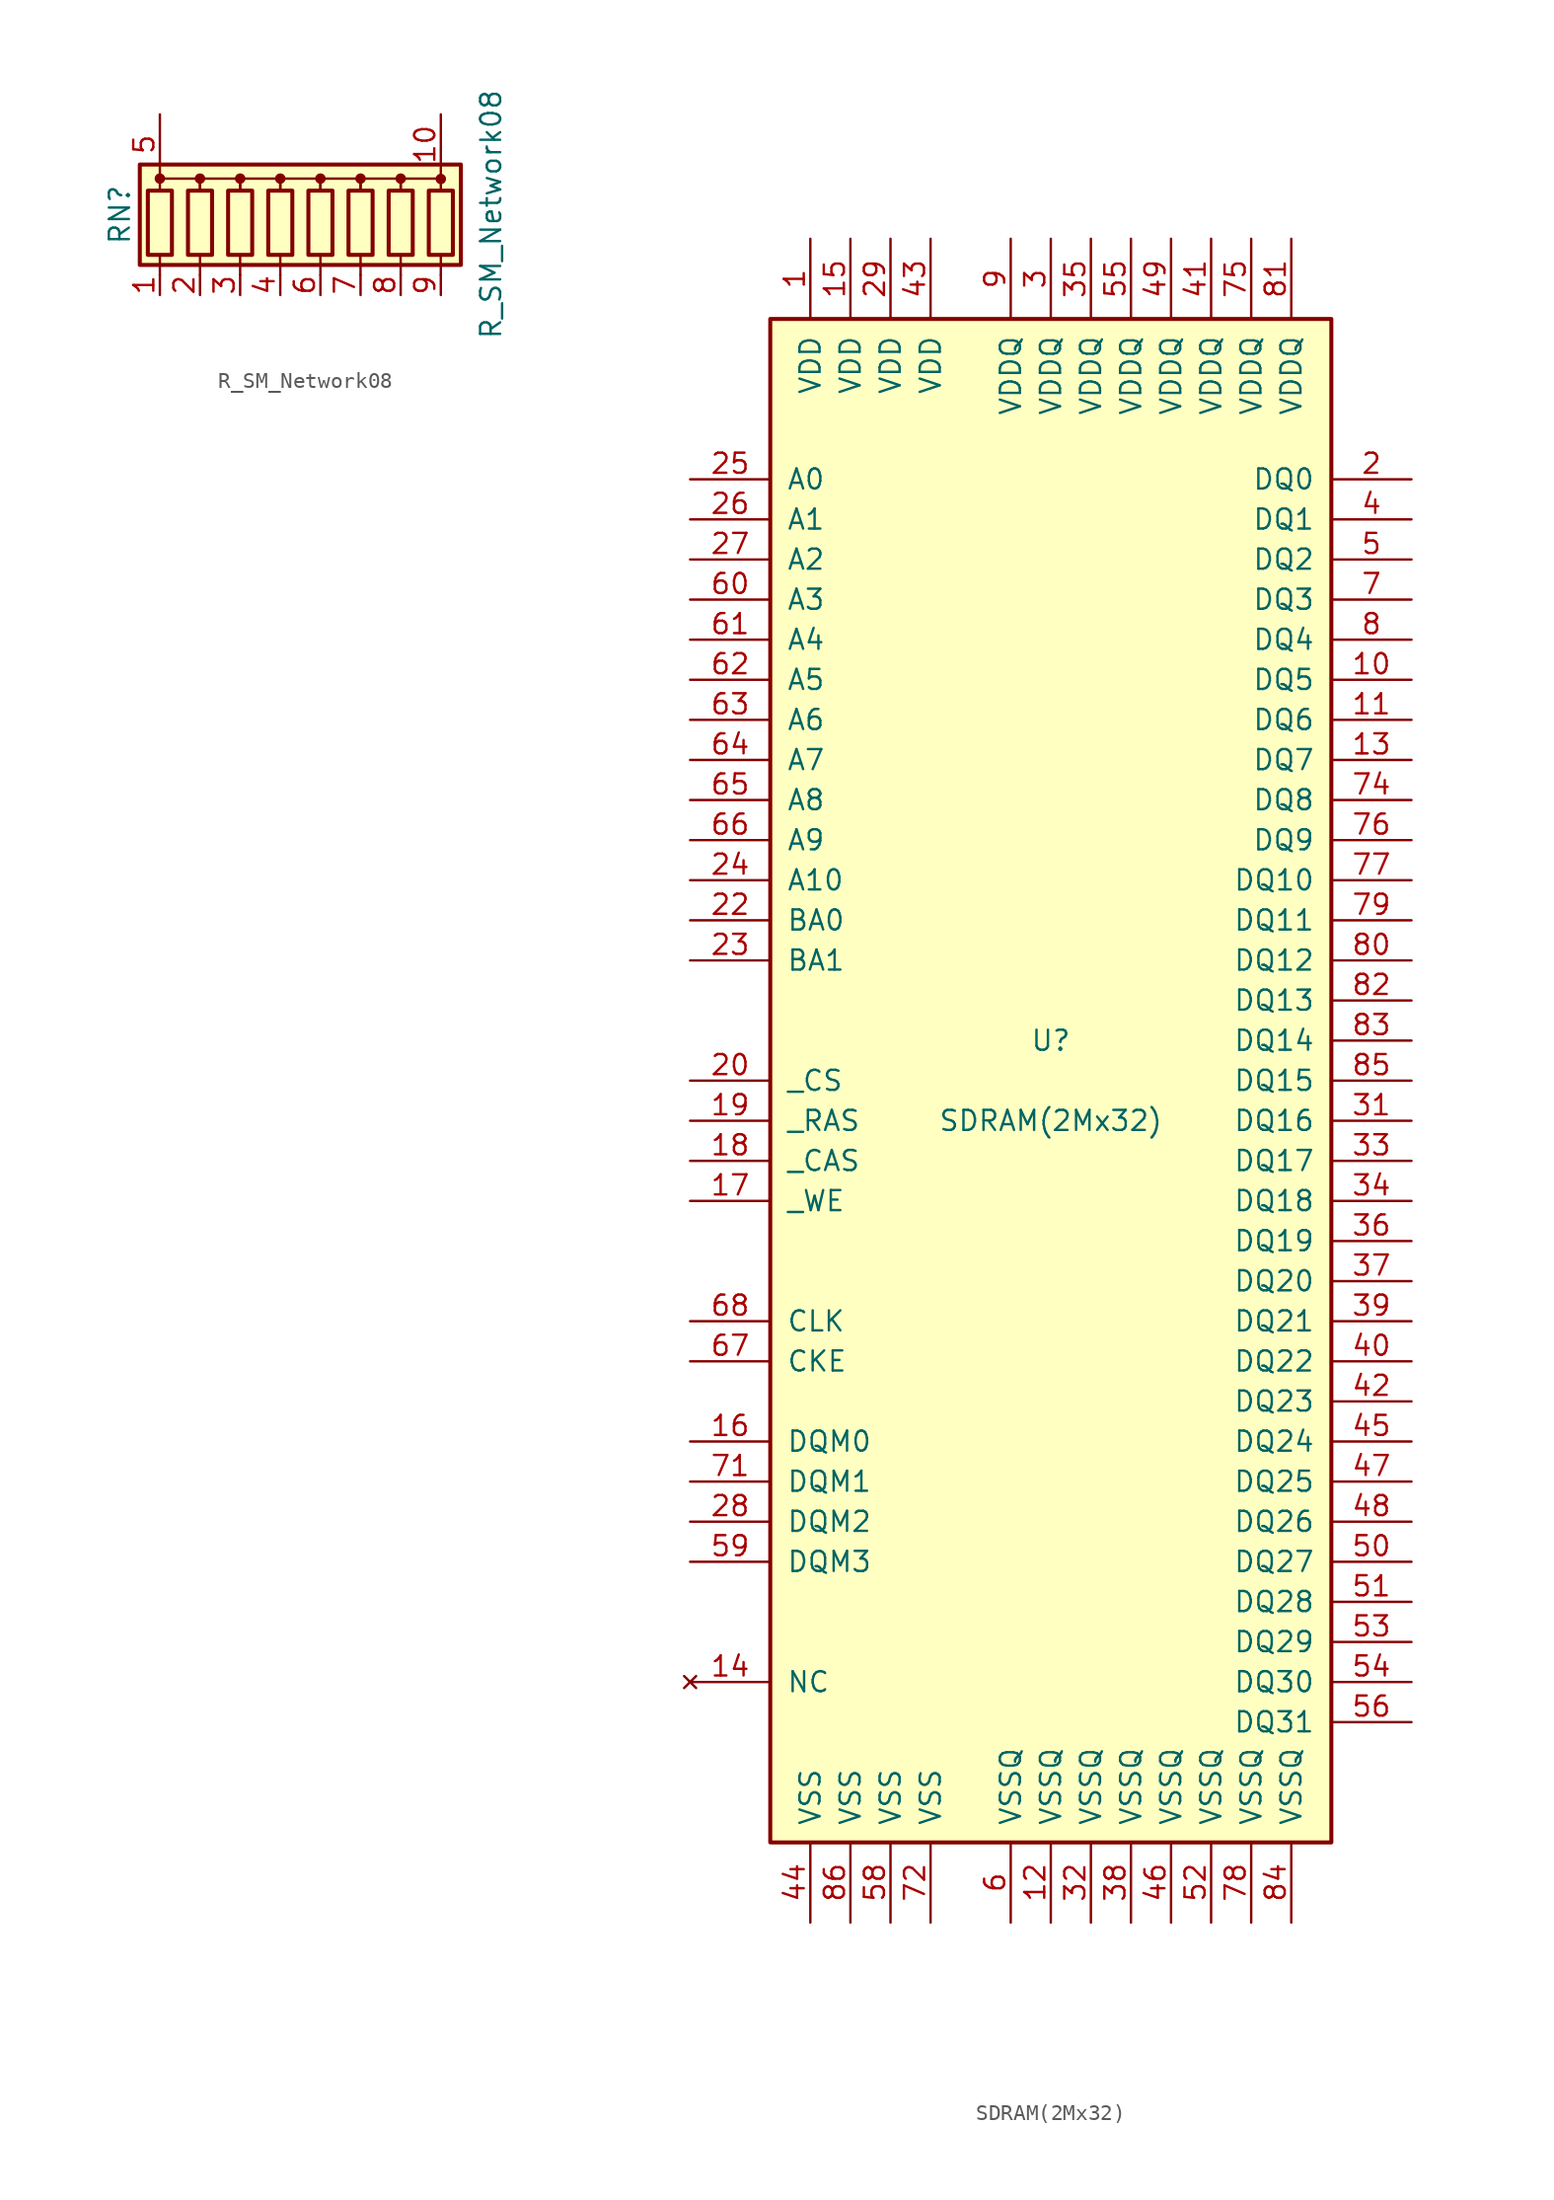
<source format=kicad_sym>
(kicad_symbol_lib
  (version 20231120)
  (generator "kicad_symbol_editor")
  (generator_version "8.0")
  (symbol "R_SM_Network08"
    (pin_names
      (offset 0) hide)
    (property "Reference" "RN"
      (at -12.7 0 90)
      (effects (font (size 1.27 1.27))))
    (property "Value" "R_SM_Network08"
      (at 10.795 0.025 90)
      (effects (font (size 1.27 1.27))))
    (symbol "R_SM_Network08_0_1"
      (rectangle (start -11.43 -3.175) (end 8.89 3.175) (stroke (width 0.254) (type default)) (fill (type background)))
      (rectangle (start -10.922 1.524) (end -9.398 -2.54) (stroke (width 0.254) (type default)) (fill (type none)))
      (circle (center -10.16 2.286) (radius 0.254) (stroke (width 0) (type default)) (fill (type outline)))
      (rectangle (start -8.382 1.524) (end -6.858 -2.54) (stroke (width 0.254) (type default)) (fill (type none)))
      (circle (center -7.62 2.286) (radius 0.254) (stroke (width 0) (type default)) (fill (type outline)))
      (rectangle (start -5.842 1.524) (end -4.318 -2.54) (stroke (width 0.254) (type default)) (fill (type none)))
      (circle (center -5.08 2.286) (radius 0.254) (stroke (width 0) (type default)) (fill (type outline)))
      (rectangle (start -3.302 1.524) (end -1.778 -2.54) (stroke (width 0.254) (type default)) (fill (type none)))
      (circle (center -2.54 2.286) (radius 0.254) (stroke (width 0) (type default)) (fill (type outline)))
      (rectangle (start -0.762 1.524) (end 0.762 -2.54) (stroke (width 0.254) (type default)) (fill (type none)))
      (polyline (pts (xy -10.16 -2.54) (xy -10.16 -3.81)) (stroke (width 0) (type default)) (fill (type none)))
      (polyline (pts (xy -7.62 -2.54) (xy -7.62 -3.81)) (stroke (width 0) (type default)) (fill (type none)))
      (polyline (pts (xy -5.08 -2.54) (xy -5.08 -3.81)) (stroke (width 0) (type default)) (fill (type none)))
      (polyline (pts (xy -2.54 -2.54) (xy -2.54 -3.81)) (stroke (width 0) (type default)) (fill (type none)))
      (polyline (pts (xy 0 -2.54) (xy 0 -3.81)) (stroke (width 0) (type default)) (fill (type none)))
      (polyline (pts (xy 2.54 -2.54) (xy 2.54 -3.81)) (stroke (width 0) (type default)) (fill (type none)))
      (polyline (pts (xy 5.08 -2.54) (xy 5.08 -3.81)) (stroke (width 0) (type default)) (fill (type none)))
      (polyline (pts (xy 7.62 -2.54) (xy 7.62 -3.81)) (stroke (width 0) (type default)) (fill (type none)))
      (polyline (pts (xy -10.16 1.524) (xy -10.16 2.286) (xy -7.62 2.286) (xy -7.62 1.524)) (stroke (width 0) (type default)) (fill (type none)))
      (polyline (pts (xy -7.62 1.524) (xy -7.62 2.286) (xy -5.08 2.286) (xy -5.08 1.524)) (stroke (width 0) (type default)) (fill (type none)))
      (polyline (pts (xy -5.08 1.524) (xy -5.08 2.286) (xy -2.54 2.286) (xy -2.54 1.524)) (stroke (width 0) (type default)) (fill (type none)))
      (polyline (pts (xy -2.54 1.524) (xy -2.54 2.286) (xy 0 2.286) (xy 0 1.524)) (stroke (width 0) (type default)) (fill (type none)))
      (polyline (pts (xy 0 1.524) (xy 0 2.286) (xy 2.54 2.286) (xy 2.54 1.524)) (stroke (width 0) (type default)) (fill (type none)))
      (polyline (pts (xy 2.54 1.524) (xy 2.54 2.286) (xy 5.08 2.286) (xy 5.08 1.524)) (stroke (width 0) (type default)) (fill (type none)))
      (polyline (pts (xy 5.08 1.524) (xy 5.08 2.286) (xy 7.62 2.286) (xy 7.62 1.524)) (stroke (width 0) (type default)) (fill (type none)))
      (circle (center 0 2.286) (radius 0.254) (stroke (width 0) (type default)) (fill (type outline)))
      (rectangle (start 1.778 1.524) (end 3.302 -2.54) (stroke (width 0.254) (type default)) (fill (type none)))
      (circle (center 2.54 2.286) (radius 0.254) (stroke (width 0) (type default)) (fill (type outline)))
      (rectangle (start 4.318 1.524) (end 5.842 -2.54) (stroke (width 0.254) (type default)) (fill (type none)))
      (circle (center 5.08 2.286) (radius 0.254) (stroke (width 0) (type default)) (fill (type outline)))
      (rectangle (start 6.858 1.524) (end 8.382 -2.54) (stroke (width 0.254) (type default)) (fill (type none)))
      (circle (center 7.62 2.261) (radius 0.254) (stroke (width 0) (type default)) (fill (type outline))))
    (symbol "R_SM_Network08_1_0"
      (pin passive line (at 7.62 6.35 270) (length 3.81) (name "common" (effects (font (size 1.27 1.27)))) (number "10" (effects (font (size 1.27 1.27))))))
    (symbol "R_SM_Network08_1_1"
      (pin passive line (at -10.16 -5.08 90) (length 1.27) (name "R1" (effects (font (size 1.27 1.27)))) (number "1" (effects (font (size 1.27 1.27)))))
      (pin passive line (at -7.62 -5.08 90) (length 1.27) (name "R2" (effects (font (size 1.27 1.27)))) (number "2" (effects (font (size 1.27 1.27)))))
      (pin passive line (at -5.08 -5.08 90) (length 1.27) (name "R3" (effects (font (size 1.27 1.27)))) (number "3" (effects (font (size 1.27 1.27)))))
      (pin passive line (at -2.54 -5.08 90) (length 1.27) (name "R4" (effects (font (size 1.27 1.27)))) (number "4" (effects (font (size 1.27 1.27)))))
      (pin passive line (at -10.16 6.35 270) (length 3.81) (name "common" (effects (font (size 1.27 1.27)))) (number "5" (effects (font (size 1.27 1.27)))))
      (pin passive line (at 0 -5.08 90) (length 1.27) (name "R5" (effects (font (size 1.27 1.27)))) (number "6" (effects (font (size 1.27 1.27)))))
      (pin passive line (at 2.54 -5.08 90) (length 1.27) (name "R6" (effects (font (size 1.27 1.27)))) (number "7" (effects (font (size 1.27 1.27)))))
      (pin passive line (at 5.08 -5.08 90) (length 1.27) (name "R7" (effects (font (size 1.27 1.27)))) (number "8" (effects (font (size 1.27 1.27)))))
      (pin passive line (at 7.62 -5.08 90) (length 1.27) (name "R8" (effects (font (size 1.27 1.27)))) (number "9" (effects (font (size 1.27 1.27)))))))
  (symbol "SDRAM(2Mx32)"
    (pin_names
      (offset 1.016))
    (property "Reference" "U"
      (at 0 2.54 0)
      (effects (font (size 1.27 1.27))))
    (property "Value" "SDRAM(2Mx32)"
      (at 0 -2.54 0)
      (effects (font (size 1.27 1.27))))
    (symbol "SDRAM(2Mx32)_0_0"
      (pin power_in line (at -15.24 53.34 270) (length 5.08) (name "VDD" (effects (font (size 1.27 1.27)))) (number "1" (effects (font (size 1.27 1.27))))))
    (symbol "SDRAM(2Mx32)_0_1"
      (rectangle (start -17.78 48.26) (end 17.78 -48.26) (stroke (width 0.254) (type default)) (fill (type background))))
    (symbol "SDRAM(2Mx32)_1_0"
      (pin power_in line (at -12.7 53.34 270) (length 5.08) (name "VDD" (effects (font (size 1.27 1.27)))) (number "15" (effects (font (size 1.27 1.27)))))
      (pin no_connect line (at -22.86 -38.1 0) (length 5.08) hide (name "NC" (effects (font (size 1.27 1.27)))) (number "30" (effects (font (size 1.27 1.27)))))
      (pin bidirectional line (at 22.86 -33.02 180) (length 5.08) (name "DQ28" (effects (font (size 1.27 1.27)))) (number "51" (effects (font (size 1.27 1.27)))))
      (pin power_in line (at 10.16 -53.34 90) (length 5.08) (name "VSSQ" (effects (font (size 1.27 1.27)))) (number "52" (effects (font (size 1.27 1.27)))))
      (pin bidirectional line (at 22.86 -35.56 180) (length 5.08) (name "DQ29" (effects (font (size 1.27 1.27)))) (number "53" (effects (font (size 1.27 1.27)))))
      (pin bidirectional line (at 22.86 -38.1 180) (length 5.08) (name "DQ30" (effects (font (size 1.27 1.27)))) (number "54" (effects (font (size 1.27 1.27)))))
      (pin power_in line (at 5.08 53.34 270) (length 5.08) (name "VDDQ" (effects (font (size 1.27 1.27)))) (number "55" (effects (font (size 1.27 1.27)))))
      (pin bidirectional line (at 22.86 -40.64 180) (length 5.08) (name "DQ31" (effects (font (size 1.27 1.27)))) (number "56" (effects (font (size 1.27 1.27)))))
      (pin no_connect line (at -22.86 -38.1 0) (length 5.08) hide (name "NC" (effects (font (size 1.27 1.27)))) (number "57" (effects (font (size 1.27 1.27)))))
      (pin power_in line (at -10.16 -53.34 90) (length 5.08) (name "VSS" (effects (font (size 1.27 1.27)))) (number "58" (effects (font (size 1.27 1.27)))))
      (pin input line (at -22.86 -30.48 0) (length 5.08) (name "DQM3" (effects (font (size 1.27 1.27)))) (number "59" (effects (font (size 1.27 1.27)))))
      (pin input line (at -22.86 30.48 0) (length 5.08) (name "A3" (effects (font (size 1.27 1.27)))) (number "60" (effects (font (size 1.27 1.27)))))
      (pin input line (at -22.86 27.94 0) (length 5.08) (name "A4" (effects (font (size 1.27 1.27)))) (number "61" (effects (font (size 1.27 1.27)))))
      (pin input line (at -22.86 25.4 0) (length 5.08) (name "A5" (effects (font (size 1.27 1.27)))) (number "62" (effects (font (size 1.27 1.27)))))
      (pin input line (at -22.86 22.86 0) (length 5.08) (name "A6" (effects (font (size 1.27 1.27)))) (number "63" (effects (font (size 1.27 1.27)))))
      (pin input line (at -22.86 20.32 0) (length 5.08) (name "A7" (effects (font (size 1.27 1.27)))) (number "64" (effects (font (size 1.27 1.27)))))
      (pin input line (at -22.86 17.78 0) (length 5.08) (name "A8" (effects (font (size 1.27 1.27)))) (number "65" (effects (font (size 1.27 1.27)))))
      (pin input line (at -22.86 15.24 0) (length 5.08) (name "A9" (effects (font (size 1.27 1.27)))) (number "66" (effects (font (size 1.27 1.27)))))
      (pin input line (at -22.86 -17.78 0) (length 5.08) (name "CKE" (effects (font (size 1.27 1.27)))) (number "67" (effects (font (size 1.27 1.27)))))
      (pin input line (at -22.86 -15.24 0) (length 5.08) (name "CLK" (effects (font (size 1.27 1.27)))) (number "68" (effects (font (size 1.27 1.27)))))
      (pin no_connect line (at -22.86 -38.1 0) (length 5.08) hide (name "NC" (effects (font (size 1.27 1.27)))) (number "69" (effects (font (size 1.27 1.27)))))
      (pin no_connect line (at -22.86 -38.1 0) (length 5.08) hide (name "NC" (effects (font (size 1.27 1.27)))) (number "70" (effects (font (size 1.27 1.27)))))
      (pin input line (at -22.86 -25.4 0) (length 5.08) (name "DQM1" (effects (font (size 1.27 1.27)))) (number "71" (effects (font (size 1.27 1.27)))))
      (pin power_in line (at -7.62 -53.34 90) (length 5.08) (name "VSS" (effects (font (size 1.27 1.27)))) (number "72" (effects (font (size 1.27 1.27)))))
      (pin no_connect line (at -22.86 -38.1 0) (length 5.08) hide (name "NC" (effects (font (size 1.27 1.27)))) (number "73" (effects (font (size 1.27 1.27)))))
      (pin bidirectional line (at 22.86 17.78 180) (length 5.08) (name "DQ8" (effects (font (size 1.27 1.27)))) (number "74" (effects (font (size 1.27 1.27)))))
      (pin power_in line (at 12.7 53.34 270) (length 5.08) (name "VDDQ" (effects (font (size 1.27 1.27)))) (number "75" (effects (font (size 1.27 1.27)))))
      (pin bidirectional line (at 22.86 15.24 180) (length 5.08) (name "DQ9" (effects (font (size 1.27 1.27)))) (number "76" (effects (font (size 1.27 1.27)))))
      (pin bidirectional line (at 22.86 12.7 180) (length 5.08) (name "DQ10" (effects (font (size 1.27 1.27)))) (number "77" (effects (font (size 1.27 1.27)))))
      (pin power_in line (at 12.7 -53.34 90) (length 5.08) (name "VSSQ" (effects (font (size 1.27 1.27)))) (number "78" (effects (font (size 1.27 1.27)))))
      (pin bidirectional line (at 22.86 10.16 180) (length 5.08) (name "DQ11" (effects (font (size 1.27 1.27)))) (number "79" (effects (font (size 1.27 1.27)))))
      (pin bidirectional line (at 22.86 7.62 180) (length 5.08) (name "DQ12" (effects (font (size 1.27 1.27)))) (number "80" (effects (font (size 1.27 1.27)))))
      (pin power_in line (at 15.24 53.34 270) (length 5.08) (name "VDDQ" (effects (font (size 1.27 1.27)))) (number "81" (effects (font (size 1.27 1.27)))))
      (pin bidirectional line (at 22.86 5.08 180) (length 5.08) (name "DQ13" (effects (font (size 1.27 1.27)))) (number "82" (effects (font (size 1.27 1.27)))))
      (pin bidirectional line (at 22.86 2.54 180) (length 5.08) (name "DQ14" (effects (font (size 1.27 1.27)))) (number "83" (effects (font (size 1.27 1.27)))))
      (pin power_in line (at 15.24 -53.34 90) (length 5.08) (name "VSSQ" (effects (font (size 1.27 1.27)))) (number "84" (effects (font (size 1.27 1.27)))))
      (pin bidirectional line (at 22.86 0 180) (length 5.08) (name "DQ15" (effects (font (size 1.27 1.27)))) (number "85" (effects (font (size 1.27 1.27)))))
      (pin power_in line (at -12.7 -53.34 90) (length 5.08) (name "VSS" (effects (font (size 1.27 1.27)))) (number "86" (effects (font (size 1.27 1.27))))))
    (symbol "SDRAM(2Mx32)_1_1"
      (pin bidirectional line (at 22.86 25.4 180) (length 5.08) (name "DQ5" (effects (font (size 1.27 1.27)))) (number "10" (effects (font (size 1.27 1.27)))))
      (pin bidirectional line (at 22.86 22.86 180) (length 5.08) (name "DQ6" (effects (font (size 1.27 1.27)))) (number "11" (effects (font (size 1.27 1.27)))))
      (pin power_in line (at 0 -53.34 90) (length 5.08) (name "VSSQ" (effects (font (size 1.27 1.27)))) (number "12" (effects (font (size 1.27 1.27)))))
      (pin bidirectional line (at 22.86 20.32 180) (length 5.08) (name "DQ7" (effects (font (size 1.27 1.27)))) (number "13" (effects (font (size 1.27 1.27)))))
      (pin no_connect line (at -22.86 -38.1 0) (length 5.08) (name "NC" (effects (font (size 1.27 1.27)))) (number "14" (effects (font (size 1.27 1.27)))))
      (pin bidirectional line (at -22.86 -22.86 0) (length 5.08) (name "DQM0" (effects (font (size 1.27 1.27)))) (number "16" (effects (font (size 1.27 1.27)))))
      (pin input line (at -22.86 -7.62 0) (length 5.08) (name "_WE" (effects (font (size 1.27 1.27)))) (number "17" (effects (font (size 1.27 1.27)))))
      (pin input line (at -22.86 -5.08 0) (length 5.08) (name "_CAS" (effects (font (size 1.27 1.27)))) (number "18" (effects (font (size 1.27 1.27)))))
      (pin input line (at -22.86 -2.54 0) (length 5.08) (name "_RAS" (effects (font (size 1.27 1.27)))) (number "19" (effects (font (size 1.27 1.27)))))
      (pin bidirectional line (at 22.86 38.1 180) (length 5.08) (name "DQ0" (effects (font (size 1.27 1.27)))) (number "2" (effects (font (size 1.27 1.27)))))
      (pin input line (at -22.86 0 0) (length 5.08) (name "_CS" (effects (font (size 1.27 1.27)))) (number "20" (effects (font (size 1.27 1.27)))))
      (pin no_connect line (at -22.86 -38.1 0) (length 5.08) hide (name "NC" (effects (font (size 1.27 1.27)))) (number "21" (effects (font (size 1.27 1.27)))))
      (pin input line (at -22.86 10.16 0) (length 5.08) (name "BA0" (effects (font (size 1.27 1.27)))) (number "22" (effects (font (size 1.27 1.27)))))
      (pin input line (at -22.86 7.62 0) (length 5.08) (name "BA1" (effects (font (size 1.27 1.27)))) (number "23" (effects (font (size 1.27 1.27)))))
      (pin input line (at -22.86 12.7 0) (length 5.08) (name "A10" (effects (font (size 1.27 1.27)))) (number "24" (effects (font (size 1.27 1.27)))))
      (pin input line (at -22.86 38.1 0) (length 5.08) (name "A0" (effects (font (size 1.27 1.27)))) (number "25" (effects (font (size 1.27 1.27)))))
      (pin input line (at -22.86 35.56 0) (length 5.08) (name "A1" (effects (font (size 1.27 1.27)))) (number "26" (effects (font (size 1.27 1.27)))))
      (pin input line (at -22.86 33.02 0) (length 5.08) (name "A2" (effects (font (size 1.27 1.27)))) (number "27" (effects (font (size 1.27 1.27)))))
      (pin input line (at -22.86 -27.94 0) (length 5.08) (name "DQM2" (effects (font (size 1.27 1.27)))) (number "28" (effects (font (size 1.27 1.27)))))
      (pin power_in line (at -10.16 53.34 270) (length 5.08) (name "VDD" (effects (font (size 1.27 1.27)))) (number "29" (effects (font (size 1.27 1.27)))))
      (pin power_in line (at 0 53.34 270) (length 5.08) (name "VDDQ" (effects (font (size 1.27 1.27)))) (number "3" (effects (font (size 1.27 1.27)))))
      (pin bidirectional line (at 22.86 -2.54 180) (length 5.08) (name "DQ16" (effects (font (size 1.27 1.27)))) (number "31" (effects (font (size 1.27 1.27)))))
      (pin power_in line (at 2.54 -53.34 90) (length 5.08) (name "VSSQ" (effects (font (size 1.27 1.27)))) (number "32" (effects (font (size 1.27 1.27)))))
      (pin bidirectional line (at 22.86 -5.08 180) (length 5.08) (name "DQ17" (effects (font (size 1.27 1.27)))) (number "33" (effects (font (size 1.27 1.27)))))
      (pin bidirectional line (at 22.86 -7.62 180) (length 5.08) (name "DQ18" (effects (font (size 1.27 1.27)))) (number "34" (effects (font (size 1.27 1.27)))))
      (pin power_in line (at 2.54 53.34 270) (length 5.08) (name "VDDQ" (effects (font (size 1.27 1.27)))) (number "35" (effects (font (size 1.27 1.27)))))
      (pin bidirectional line (at 22.86 -10.16 180) (length 5.08) (name "DQ19" (effects (font (size 1.27 1.27)))) (number "36" (effects (font (size 1.27 1.27)))))
      (pin bidirectional line (at 22.86 -12.7 180) (length 5.08) (name "DQ20" (effects (font (size 1.27 1.27)))) (number "37" (effects (font (size 1.27 1.27)))))
      (pin power_in line (at 5.08 -53.34 90) (length 5.08) (name "VSSQ" (effects (font (size 1.27 1.27)))) (number "38" (effects (font (size 1.27 1.27)))))
      (pin bidirectional line (at 22.86 -15.24 180) (length 5.08) (name "DQ21" (effects (font (size 1.27 1.27)))) (number "39" (effects (font (size 1.27 1.27)))))
      (pin bidirectional line (at 22.86 35.56 180) (length 5.08) (name "DQ1" (effects (font (size 1.27 1.27)))) (number "4" (effects (font (size 1.27 1.27)))))
      (pin bidirectional line (at 22.86 -17.78 180) (length 5.08) (name "DQ22" (effects (font (size 1.27 1.27)))) (number "40" (effects (font (size 1.27 1.27)))))
      (pin power_in line (at 10.16 53.34 270) (length 5.08) (name "VDDQ" (effects (font (size 1.27 1.27)))) (number "41" (effects (font (size 1.27 1.27)))))
      (pin bidirectional line (at 22.86 -20.32 180) (length 5.08) (name "DQ23" (effects (font (size 1.27 1.27)))) (number "42" (effects (font (size 1.27 1.27)))))
      (pin power_in line (at -7.62 53.34 270) (length 5.08) (name "VDD" (effects (font (size 1.27 1.27)))) (number "43" (effects (font (size 1.27 1.27)))))
      (pin power_in line (at -15.24 -53.34 90) (length 5.08) (name "VSS" (effects (font (size 1.27 1.27)))) (number "44" (effects (font (size 1.27 1.27)))))
      (pin bidirectional line (at 22.86 -22.86 180) (length 5.08) (name "DQ24" (effects (font (size 1.27 1.27)))) (number "45" (effects (font (size 1.27 1.27)))))
      (pin power_in line (at 7.62 -53.34 90) (length 5.08) (name "VSSQ" (effects (font (size 1.27 1.27)))) (number "46" (effects (font (size 1.27 1.27)))))
      (pin bidirectional line (at 22.86 -25.4 180) (length 5.08) (name "DQ25" (effects (font (size 1.27 1.27)))) (number "47" (effects (font (size 1.27 1.27)))))
      (pin bidirectional line (at 22.86 -27.94 180) (length 5.08) (name "DQ26" (effects (font (size 1.27 1.27)))) (number "48" (effects (font (size 1.27 1.27)))))
      (pin power_in line (at 7.62 53.34 270) (length 5.08) (name "VDDQ" (effects (font (size 1.27 1.27)))) (number "49" (effects (font (size 1.27 1.27)))))
      (pin bidirectional line (at 22.86 33.02 180) (length 5.08) (name "DQ2" (effects (font (size 1.27 1.27)))) (number "5" (effects (font (size 1.27 1.27)))))
      (pin bidirectional line (at 22.86 -30.48 180) (length 5.08) (name "DQ27" (effects (font (size 1.27 1.27)))) (number "50" (effects (font (size 1.27 1.27)))))
      (pin power_in line (at -2.54 -53.34 90) (length 5.08) (name "VSSQ" (effects (font (size 1.27 1.27)))) (number "6" (effects (font (size 1.27 1.27)))))
      (pin bidirectional line (at 22.86 30.48 180) (length 5.08) (name "DQ3" (effects (font (size 1.27 1.27)))) (number "7" (effects (font (size 1.27 1.27)))))
      (pin bidirectional line (at 22.86 27.94 180) (length 5.08) (name "DQ4" (effects (font (size 1.27 1.27)))) (number "8" (effects (font (size 1.27 1.27)))))
      (pin power_in line (at -2.54 53.34 270) (length 5.08) (name "VDDQ" (effects (font (size 1.27 1.27)))) (number "9" (effects (font (size 1.27 1.27))))))))
</source>
